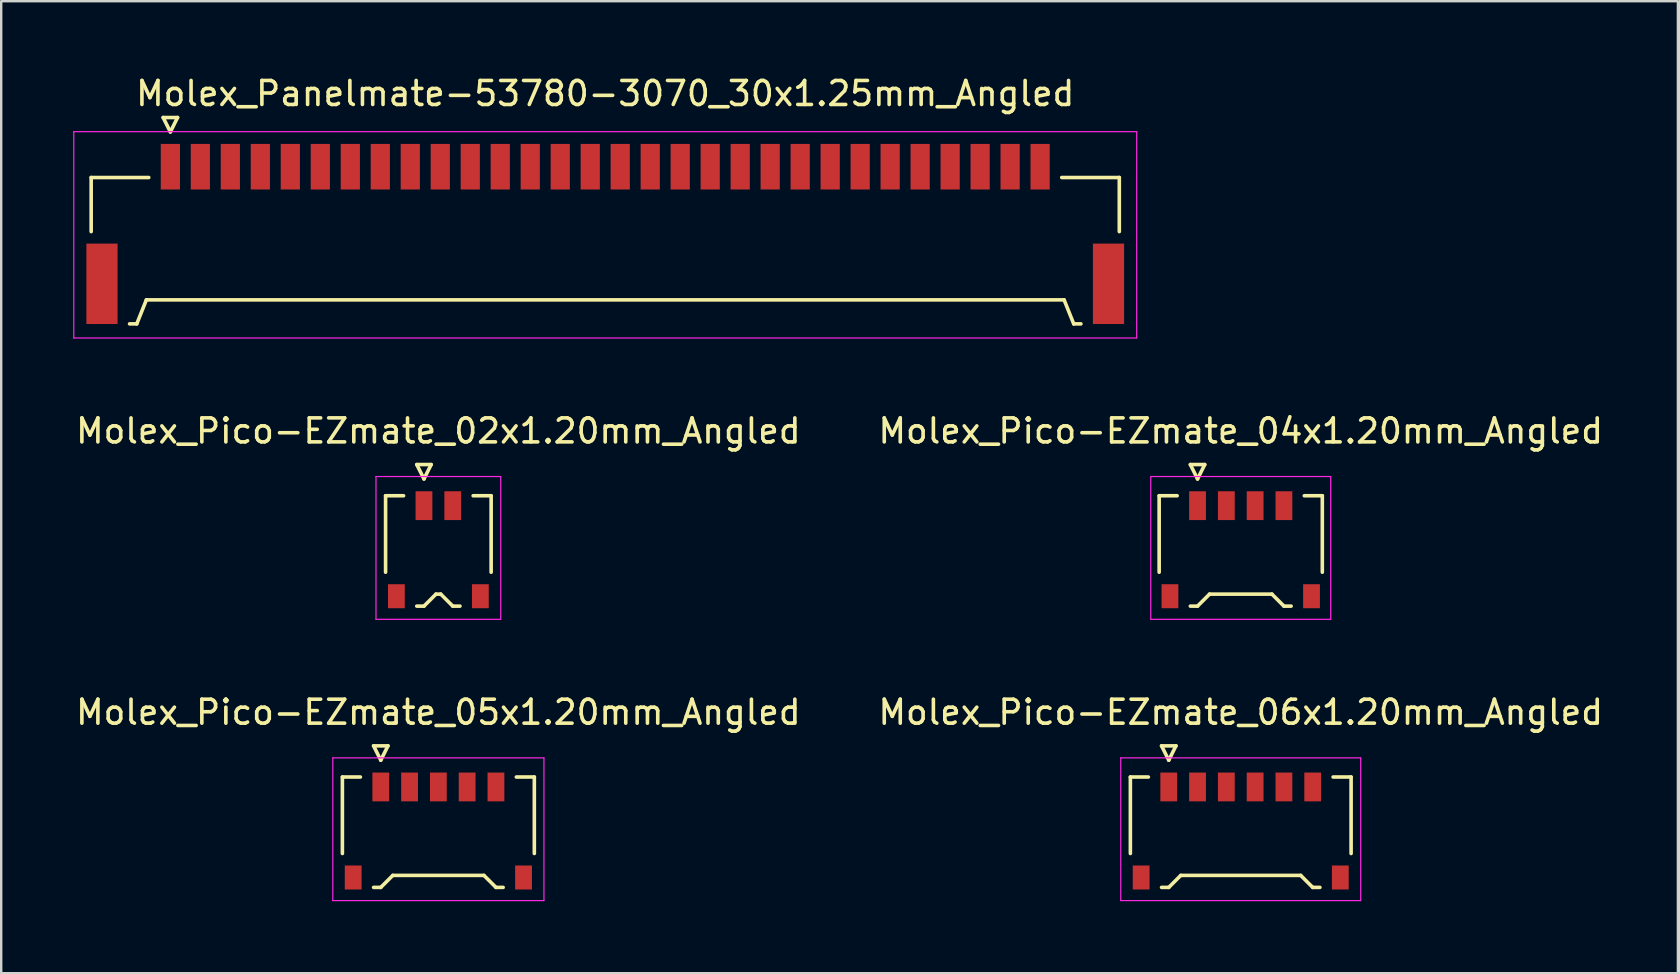
<source format=kicad_pcb>
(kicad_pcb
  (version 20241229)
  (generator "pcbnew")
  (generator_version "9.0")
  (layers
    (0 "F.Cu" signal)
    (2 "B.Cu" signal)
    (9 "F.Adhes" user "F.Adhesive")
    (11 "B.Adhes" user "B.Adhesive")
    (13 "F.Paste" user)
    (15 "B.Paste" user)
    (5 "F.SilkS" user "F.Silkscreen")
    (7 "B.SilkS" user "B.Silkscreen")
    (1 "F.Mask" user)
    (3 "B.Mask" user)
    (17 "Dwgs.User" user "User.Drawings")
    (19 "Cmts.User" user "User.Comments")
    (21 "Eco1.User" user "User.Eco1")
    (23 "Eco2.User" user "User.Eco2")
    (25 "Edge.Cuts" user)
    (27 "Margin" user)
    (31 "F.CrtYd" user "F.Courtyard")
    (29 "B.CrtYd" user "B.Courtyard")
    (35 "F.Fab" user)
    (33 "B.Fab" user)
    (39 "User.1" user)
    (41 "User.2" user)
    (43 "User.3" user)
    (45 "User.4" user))
  (footprint "Molex_Pico-EZmate_04x1.20mm_Angled"
    (layer "F.Cu")
    (at 48.661 19.912)
    (property "Reference" "Molex_Pico-EZmate_04x1.20mm_Angled" (at 0 -5 0) (layer "F.SilkS") (effects (font (size 1 1) (thickness 0.15))))
    (attr smd)
    (fp_line (start -3.4 -2.3) (end -3.4 0.887) (stroke (width 0.15) (type solid)) (layer "F.SilkS"))
    (fp_line (start -2.65 -2.3) (end -3.4 -2.3) (stroke (width 0.15) (type solid)) (layer "F.SilkS"))
    (fp_line (start -2.1 -3.6) (end -1.8 -3) (stroke (width 0.15) (type solid)) (layer "F.SilkS"))
    (fp_line (start -2.1 2.3) (end -1.8 2.3) (stroke (width 0.15) (type solid)) (layer "F.SilkS"))
    (fp_line (start -1.8 -3) (end -1.5 -3.6) (stroke (width 0.15) (type solid)) (layer "F.SilkS"))
    (fp_line (start -1.8 2.3) (end -1.3 1.8) (stroke (width 0.15) (type solid)) (layer "F.SilkS"))
    (fp_line (start -1.5 -3.6) (end -2.1 -3.6) (stroke (width 0.15) (type solid)) (layer "F.SilkS"))
    (fp_line (start -1.3 1.8) (end 1.3 1.8) (stroke (width 0.15) (type solid)) (layer "F.SilkS"))
    (fp_line (start 1.3 1.8) (end 1.8 2.3) (stroke (width 0.15) (type solid)) (layer "F.SilkS"))
    (fp_line (start 1.8 2.3) (end 2.1 2.3) (stroke (width 0.15) (type solid)) (layer "F.SilkS"))
    (fp_line (start 2.65 -2.3) (end 3.4 -2.3) (stroke (width 0.15) (type solid)) (layer "F.SilkS"))
    (fp_line (start 3.4 -2.3) (end 3.4 0.887) (stroke (width 0.15) (type solid)) (layer "F.SilkS"))
    (fp_line (start -3.75 -3.1) (end -3.75 2.85) (stroke (width 0.05) (type solid)) (layer "F.CrtYd"))
    (fp_line (start -3.75 2.85) (end 3.75 2.85) (stroke (width 0.05) (type solid)) (layer "F.CrtYd"))
    (fp_line (start 3.75 -3.1) (end -3.75 -3.1) (stroke (width 0.05) (type solid)) (layer "F.CrtYd"))
    (fp_line (start 3.75 2.85) (end 3.75 -3.1) (stroke (width 0.05) (type solid)) (layer "F.CrtYd"))
    (pad "" smd rect (at -2.95 1.887) (size 0.7 1) (layers "F.Cu" "F.Mask" "F.Paste"))
    (pad "" smd rect (at 2.95 1.887) (size 0.7 1) (layers "F.Cu" "F.Mask" "F.Paste"))
    (pad "1" smd rect (at -1.8 -1.887) (size 0.7 1.2) (layers "F.Cu" "F.Mask" "F.Paste"))
    (pad "2" smd rect (at -0.6 -1.887) (size 0.7 1.2) (layers "F.Cu" "F.Mask" "F.Paste"))
    (pad "3" smd rect (at 0.6 -1.887) (size 0.7 1.2) (layers "F.Cu" "F.Mask" "F.Paste"))
    (pad "4" smd rect (at 1.8 -1.887) (size 0.7 1.2) (layers "F.Cu" "F.Mask" "F.Paste")))
  (footprint "Molex_Pico-EZmate_05x1.20mm_Angled"
    (layer "F.Cu")
    (at 15.22 31.635)
    (property "Reference" "Molex_Pico-EZmate_05x1.20mm_Angled" (at 0 -5 0) (layer "F.SilkS") (effects (font (size 1 1) (thickness 0.15))))
    (attr smd)
    (fp_line (start -4 -2.3) (end -4 0.887) (stroke (width 0.15) (type solid)) (layer "F.SilkS"))
    (fp_line (start -3.25 -2.3) (end -4 -2.3) (stroke (width 0.15) (type solid)) (layer "F.SilkS"))
    (fp_line (start -2.7 -3.6) (end -2.4 -3) (stroke (width 0.15) (type solid)) (layer "F.SilkS"))
    (fp_line (start -2.7 2.3) (end -2.4 2.3) (stroke (width 0.15) (type solid)) (layer "F.SilkS"))
    (fp_line (start -2.4 -3) (end -2.1 -3.6) (stroke (width 0.15) (type solid)) (layer "F.SilkS"))
    (fp_line (start -2.4 2.3) (end -1.9 1.8) (stroke (width 0.15) (type solid)) (layer "F.SilkS"))
    (fp_line (start -2.1 -3.6) (end -2.7 -3.6) (stroke (width 0.15) (type solid)) (layer "F.SilkS"))
    (fp_line (start -1.9 1.8) (end 1.9 1.8) (stroke (width 0.15) (type solid)) (layer "F.SilkS"))
    (fp_line (start 1.9 1.8) (end 2.4 2.3) (stroke (width 0.15) (type solid)) (layer "F.SilkS"))
    (fp_line (start 2.4 2.3) (end 2.7 2.3) (stroke (width 0.15) (type solid)) (layer "F.SilkS"))
    (fp_line (start 3.25 -2.3) (end 4 -2.3) (stroke (width 0.15) (type solid)) (layer "F.SilkS"))
    (fp_line (start 4 -2.3) (end 4 0.887) (stroke (width 0.15) (type solid)) (layer "F.SilkS"))
    (fp_line (start -4.4 -3.1) (end -4.4 2.85) (stroke (width 0.05) (type solid)) (layer "F.CrtYd"))
    (fp_line (start -4.4 2.85) (end 4.4 2.85) (stroke (width 0.05) (type solid)) (layer "F.CrtYd"))
    (fp_line (start 4.4 -3.1) (end -4.4 -3.1) (stroke (width 0.05) (type solid)) (layer "F.CrtYd"))
    (fp_line (start 4.4 2.85) (end 4.4 -3.1) (stroke (width 0.05) (type solid)) (layer "F.CrtYd"))
    (pad "" smd rect (at -3.55 1.887) (size 0.7 1) (layers "F.Cu" "F.Mask" "F.Paste"))
    (pad "" smd rect (at 3.55 1.887) (size 0.7 1) (layers "F.Cu" "F.Mask" "F.Paste"))
    (pad "1" smd rect (at -2.4 -1.887) (size 0.7 1.2) (layers "F.Cu" "F.Mask" "F.Paste"))
    (pad "2" smd rect (at -1.2 -1.887) (size 0.7 1.2) (layers "F.Cu" "F.Mask" "F.Paste"))
    (pad "3" smd rect (at 0 -1.887) (size 0.7 1.2) (layers "F.Cu" "F.Mask" "F.Paste"))
    (pad "4" smd rect (at 1.2 -1.887) (size 0.7 1.2) (layers "F.Cu" "F.Mask" "F.Paste"))
    (pad "5" smd rect (at 2.4 -1.887) (size 0.7 1.2) (layers "F.Cu" "F.Mask" "F.Paste")))
  (footprint "Molex_Pico-EZmate_06x1.20mm_Angled"
    (layer "F.Cu")
    (at 48.661 31.635)
    (property "Reference" "Molex_Pico-EZmate_06x1.20mm_Angled" (at 0 -5 0) (layer "F.SilkS") (effects (font (size 1 1) (thickness 0.15))))
    (attr smd)
    (fp_line (start -4.6 -2.3) (end -4.6 0.887) (stroke (width 0.15) (type solid)) (layer "F.SilkS"))
    (fp_line (start -3.85 -2.3) (end -4.6 -2.3) (stroke (width 0.15) (type solid)) (layer "F.SilkS"))
    (fp_line (start -3.3 -3.6) (end -3 -3) (stroke (width 0.15) (type solid)) (layer "F.SilkS"))
    (fp_line (start -3.3 2.3) (end -3 2.3) (stroke (width 0.15) (type solid)) (layer "F.SilkS"))
    (fp_line (start -3 -3) (end -2.7 -3.6) (stroke (width 0.15) (type solid)) (layer "F.SilkS"))
    (fp_line (start -3 2.3) (end -2.5 1.8) (stroke (width 0.15) (type solid)) (layer "F.SilkS"))
    (fp_line (start -2.7 -3.6) (end -3.3 -3.6) (stroke (width 0.15) (type solid)) (layer "F.SilkS"))
    (fp_line (start -2.5 1.8) (end 2.5 1.8) (stroke (width 0.15) (type solid)) (layer "F.SilkS"))
    (fp_line (start 2.5 1.8) (end 3 2.3) (stroke (width 0.15) (type solid)) (layer "F.SilkS"))
    (fp_line (start 3 2.3) (end 3.3 2.3) (stroke (width 0.15) (type solid)) (layer "F.SilkS"))
    (fp_line (start 3.85 -2.3) (end 4.6 -2.3) (stroke (width 0.15) (type solid)) (layer "F.SilkS"))
    (fp_line (start 4.6 -2.3) (end 4.6 0.887) (stroke (width 0.15) (type solid)) (layer "F.SilkS"))
    (fp_line (start -5 -3.1) (end -5 2.85) (stroke (width 0.05) (type solid)) (layer "F.CrtYd"))
    (fp_line (start -5 2.85) (end 5 2.85) (stroke (width 0.05) (type solid)) (layer "F.CrtYd"))
    (fp_line (start 5 -3.1) (end -5 -3.1) (stroke (width 0.05) (type solid)) (layer "F.CrtYd"))
    (fp_line (start 5 2.85) (end 5 -3.1) (stroke (width 0.05) (type solid)) (layer "F.CrtYd"))
    (pad "" smd rect (at -4.15 1.887) (size 0.7 1) (layers "F.Cu" "F.Mask" "F.Paste"))
    (pad "" smd rect (at 4.15 1.887) (size 0.7 1) (layers "F.Cu" "F.Mask" "F.Paste"))
    (pad "1" smd rect (at -3 -1.887) (size 0.7 1.2) (layers "F.Cu" "F.Mask" "F.Paste"))
    (pad "2" smd rect (at -1.8 -1.887) (size 0.7 1.2) (layers "F.Cu" "F.Mask" "F.Paste"))
    (pad "3" smd rect (at -0.6 -1.887) (size 0.7 1.2) (layers "F.Cu" "F.Mask" "F.Paste"))
    (pad "4" smd rect (at 0.6 -1.887) (size 0.7 1.2) (layers "F.Cu" "F.Mask" "F.Paste"))
    (pad "5" smd rect (at 1.8 -1.887) (size 0.7 1.2) (layers "F.Cu" "F.Mask" "F.Paste"))
    (pad "6" smd rect (at 3 -1.887) (size 0.7 1.2) (layers "F.Cu" "F.Mask" "F.Paste")))
  (footprint "Molex_Panelmate-53780-3070_30x1.25mm_Angled"
    (layer "F.Cu")
    (at 22.175 6.338)
    (property "Reference" "Molex_Panelmate-53780-3070_30x1.25mm_Angled" (at 0 -5.49 0) (layer "F.SilkS") (effects (font (size 1 1) (thickness 0.15))))
    (attr smd)
    (fp_line (start -21.425 -1.99) (end -21.425 0.265) (stroke (width 0.15) (type solid)) (layer "F.SilkS"))
    (fp_line (start -19.825 4.11) (end -19.525 4.11) (stroke (width 0.15) (type solid)) (layer "F.SilkS"))
    (fp_line (start -19.525 4.11) (end -19.125 3.11) (stroke (width 0.15) (type solid)) (layer "F.SilkS"))
    (fp_line (start -19.125 3.11) (end 19.125 3.11) (stroke (width 0.15) (type solid)) (layer "F.SilkS"))
    (fp_line (start -19.025 -1.99) (end -21.425 -1.99) (stroke (width 0.15) (type solid)) (layer "F.SilkS"))
    (fp_line (start -18.425 -4.49) (end -18.125 -3.89) (stroke (width 0.15) (type solid)) (layer "F.SilkS"))
    (fp_line (start -18.125 -3.89) (end -17.825 -4.49) (stroke (width 0.15) (type solid)) (layer "F.SilkS"))
    (fp_line (start -17.825 -4.49) (end -18.425 -4.49) (stroke (width 0.15) (type solid)) (layer "F.SilkS"))
    (fp_line (start 19.025 -1.99) (end 21.425 -1.99) (stroke (width 0.15) (type solid)) (layer "F.SilkS"))
    (fp_line (start 19.125 3.11) (end 19.525 4.11) (stroke (width 0.15) (type solid)) (layer "F.SilkS"))
    (fp_line (start 19.525 4.11) (end 19.825 4.11) (stroke (width 0.15) (type solid)) (layer "F.SilkS"))
    (fp_line (start 21.425 -1.99) (end 21.425 0.265) (stroke (width 0.15) (type solid)) (layer "F.SilkS"))
    (fp_line (start -22.15 -3.9) (end -22.15 4.7) (stroke (width 0.05) (type solid)) (layer "F.CrtYd"))
    (fp_line (start -22.15 4.7) (end 22.15 4.7) (stroke (width 0.05) (type solid)) (layer "F.CrtYd"))
    (fp_line (start 22.15 -3.9) (end -22.15 -3.9) (stroke (width 0.05) (type solid)) (layer "F.CrtYd"))
    (fp_line (start 22.15 4.7) (end 22.15 -3.9) (stroke (width 0.05) (type solid)) (layer "F.CrtYd"))
    (pad "" smd rect (at -20.975 2.44) (size 1.3 3.35) (layers "F.Cu" "F.Mask" "F.Paste"))
    (pad "" smd rect (at 20.975 2.44) (size 1.3 3.35) (layers "F.Cu" "F.Mask" "F.Paste"))
    (pad "1" smd rect (at -18.125 -2.44) (size 0.8 1.9) (layers "F.Cu" "F.Mask" "F.Paste"))
    (pad "2" smd rect (at -16.875 -2.44) (size 0.8 1.9) (layers "F.Cu" "F.Mask" "F.Paste"))
    (pad "3" smd rect (at -15.625 -2.44) (size 0.8 1.9) (layers "F.Cu" "F.Mask" "F.Paste"))
    (pad "4" smd rect (at -14.375 -2.44) (size 0.8 1.9) (layers "F.Cu" "F.Mask" "F.Paste"))
    (pad "5" smd rect (at -13.125 -2.44) (size 0.8 1.9) (layers "F.Cu" "F.Mask" "F.Paste"))
    (pad "6" smd rect (at -11.875 -2.44) (size 0.8 1.9) (layers "F.Cu" "F.Mask" "F.Paste"))
    (pad "7" smd rect (at -10.625 -2.44) (size 0.8 1.9) (layers "F.Cu" "F.Mask" "F.Paste"))
    (pad "8" smd rect (at -9.375 -2.44) (size 0.8 1.9) (layers "F.Cu" "F.Mask" "F.Paste"))
    (pad "9" smd rect (at -8.125 -2.44) (size 0.8 1.9) (layers "F.Cu" "F.Mask" "F.Paste"))
    (pad "10" smd rect (at -6.875 -2.44) (size 0.8 1.9) (layers "F.Cu" "F.Mask" "F.Paste"))
    (pad "11" smd rect (at -5.625 -2.44) (size 0.8 1.9) (layers "F.Cu" "F.Mask" "F.Paste"))
    (pad "12" smd rect (at -4.375 -2.44) (size 0.8 1.9) (layers "F.Cu" "F.Mask" "F.Paste"))
    (pad "13" smd rect (at -3.125 -2.44) (size 0.8 1.9) (layers "F.Cu" "F.Mask" "F.Paste"))
    (pad "14" smd rect (at -1.875 -2.44) (size 0.8 1.9) (layers "F.Cu" "F.Mask" "F.Paste"))
    (pad "15" smd rect (at -0.625 -2.44) (size 0.8 1.9) (layers "F.Cu" "F.Mask" "F.Paste"))
    (pad "16" smd rect (at 0.625 -2.44) (size 0.8 1.9) (layers "F.Cu" "F.Mask" "F.Paste"))
    (pad "17" smd rect (at 1.875 -2.44) (size 0.8 1.9) (layers "F.Cu" "F.Mask" "F.Paste"))
    (pad "18" smd rect (at 3.125 -2.44) (size 0.8 1.9) (layers "F.Cu" "F.Mask" "F.Paste"))
    (pad "19" smd rect (at 4.375 -2.44) (size 0.8 1.9) (layers "F.Cu" "F.Mask" "F.Paste"))
    (pad "20" smd rect (at 5.625 -2.44) (size 0.8 1.9) (layers "F.Cu" "F.Mask" "F.Paste"))
    (pad "21" smd rect (at 6.875 -2.44) (size 0.8 1.9) (layers "F.Cu" "F.Mask" "F.Paste"))
    (pad "22" smd rect (at 8.125 -2.44) (size 0.8 1.9) (layers "F.Cu" "F.Mask" "F.Paste"))
    (pad "23" smd rect (at 9.375 -2.44) (size 0.8 1.9) (layers "F.Cu" "F.Mask" "F.Paste"))
    (pad "24" smd rect (at 10.625 -2.44) (size 0.8 1.9) (layers "F.Cu" "F.Mask" "F.Paste"))
    (pad "25" smd rect (at 11.875 -2.44) (size 0.8 1.9) (layers "F.Cu" "F.Mask" "F.Paste"))
    (pad "26" smd rect (at 13.125 -2.44) (size 0.8 1.9) (layers "F.Cu" "F.Mask" "F.Paste"))
    (pad "27" smd rect (at 14.375 -2.44) (size 0.8 1.9) (layers "F.Cu" "F.Mask" "F.Paste"))
    (pad "28" smd rect (at 15.625 -2.44) (size 0.8 1.9) (layers "F.Cu" "F.Mask" "F.Paste"))
    (pad "29" smd rect (at 16.875 -2.44) (size 0.8 1.9) (layers "F.Cu" "F.Mask" "F.Paste"))
    (pad "30" smd rect (at 18.125 -2.44) (size 0.8 1.9) (layers "F.Cu" "F.Mask" "F.Paste")))
  (footprint "Molex_Pico-EZmate_02x1.20mm_Angled"
    (layer "F.Cu")
    (at 15.22 19.912)
    (property "Reference" "Molex_Pico-EZmate_02x1.20mm_Angled" (at 0 -5 0) (layer "F.SilkS") (effects (font (size 1 1) (thickness 0.15))))
    (attr smd)
    (fp_line (start -2.2 -2.3) (end -2.2 0.887) (stroke (width 0.15) (type solid)) (layer "F.SilkS"))
    (fp_line (start -1.45 -2.3) (end -2.2 -2.3) (stroke (width 0.15) (type solid)) (layer "F.SilkS"))
    (fp_line (start -0.9 -3.6) (end -0.6 -3) (stroke (width 0.15) (type solid)) (layer "F.SilkS"))
    (fp_line (start -0.9 2.3) (end -0.6 2.3) (stroke (width 0.15) (type solid)) (layer "F.SilkS"))
    (fp_line (start -0.6 -3) (end -0.3 -3.6) (stroke (width 0.15) (type solid)) (layer "F.SilkS"))
    (fp_line (start -0.6 2.3) (end -0.1 1.8) (stroke (width 0.15) (type solid)) (layer "F.SilkS"))
    (fp_line (start -0.3 -3.6) (end -0.9 -3.6) (stroke (width 0.15) (type solid)) (layer "F.SilkS"))
    (fp_line (start -0.1 1.8) (end 0.1 1.8) (stroke (width 0.15) (type solid)) (layer "F.SilkS"))
    (fp_line (start 0.1 1.8) (end 0.6 2.3) (stroke (width 0.15) (type solid)) (layer "F.SilkS"))
    (fp_line (start 0.6 2.3) (end 0.9 2.3) (stroke (width 0.15) (type solid)) (layer "F.SilkS"))
    (fp_line (start 1.45 -2.3) (end 2.2 -2.3) (stroke (width 0.15) (type solid)) (layer "F.SilkS"))
    (fp_line (start 2.2 -2.3) (end 2.2 0.887) (stroke (width 0.15) (type solid)) (layer "F.SilkS"))
    (fp_line (start -2.6 -3.1) (end -2.6 2.85) (stroke (width 0.05) (type solid)) (layer "F.CrtYd"))
    (fp_line (start -2.6 2.85) (end 2.6 2.85) (stroke (width 0.05) (type solid)) (layer "F.CrtYd"))
    (fp_line (start 2.6 -3.1) (end -2.6 -3.1) (stroke (width 0.05) (type solid)) (layer "F.CrtYd"))
    (fp_line (start 2.6 2.85) (end 2.6 -3.1) (stroke (width 0.05) (type solid)) (layer "F.CrtYd"))
    (pad "" smd rect (at -1.75 1.887) (size 0.7 1) (layers "F.Cu" "F.Mask" "F.Paste"))
    (pad "" smd rect (at 1.75 1.887) (size 0.7 1) (layers "F.Cu" "F.Mask" "F.Paste"))
    (pad "1" smd rect (at -0.6 -1.887) (size 0.7 1.2) (layers "F.Cu" "F.Mask" "F.Paste"))
    (pad "2" smd rect (at 0.6 -1.887) (size 0.7 1.2) (layers "F.Cu" "F.Mask" "F.Paste")))
  (gr_rect
    (start -3 -3)
    (end 66.881 37.51)
    (stroke (width 0.1) (type default))
    (fill no)
    (layer "Edge.Cuts")))
</source>
